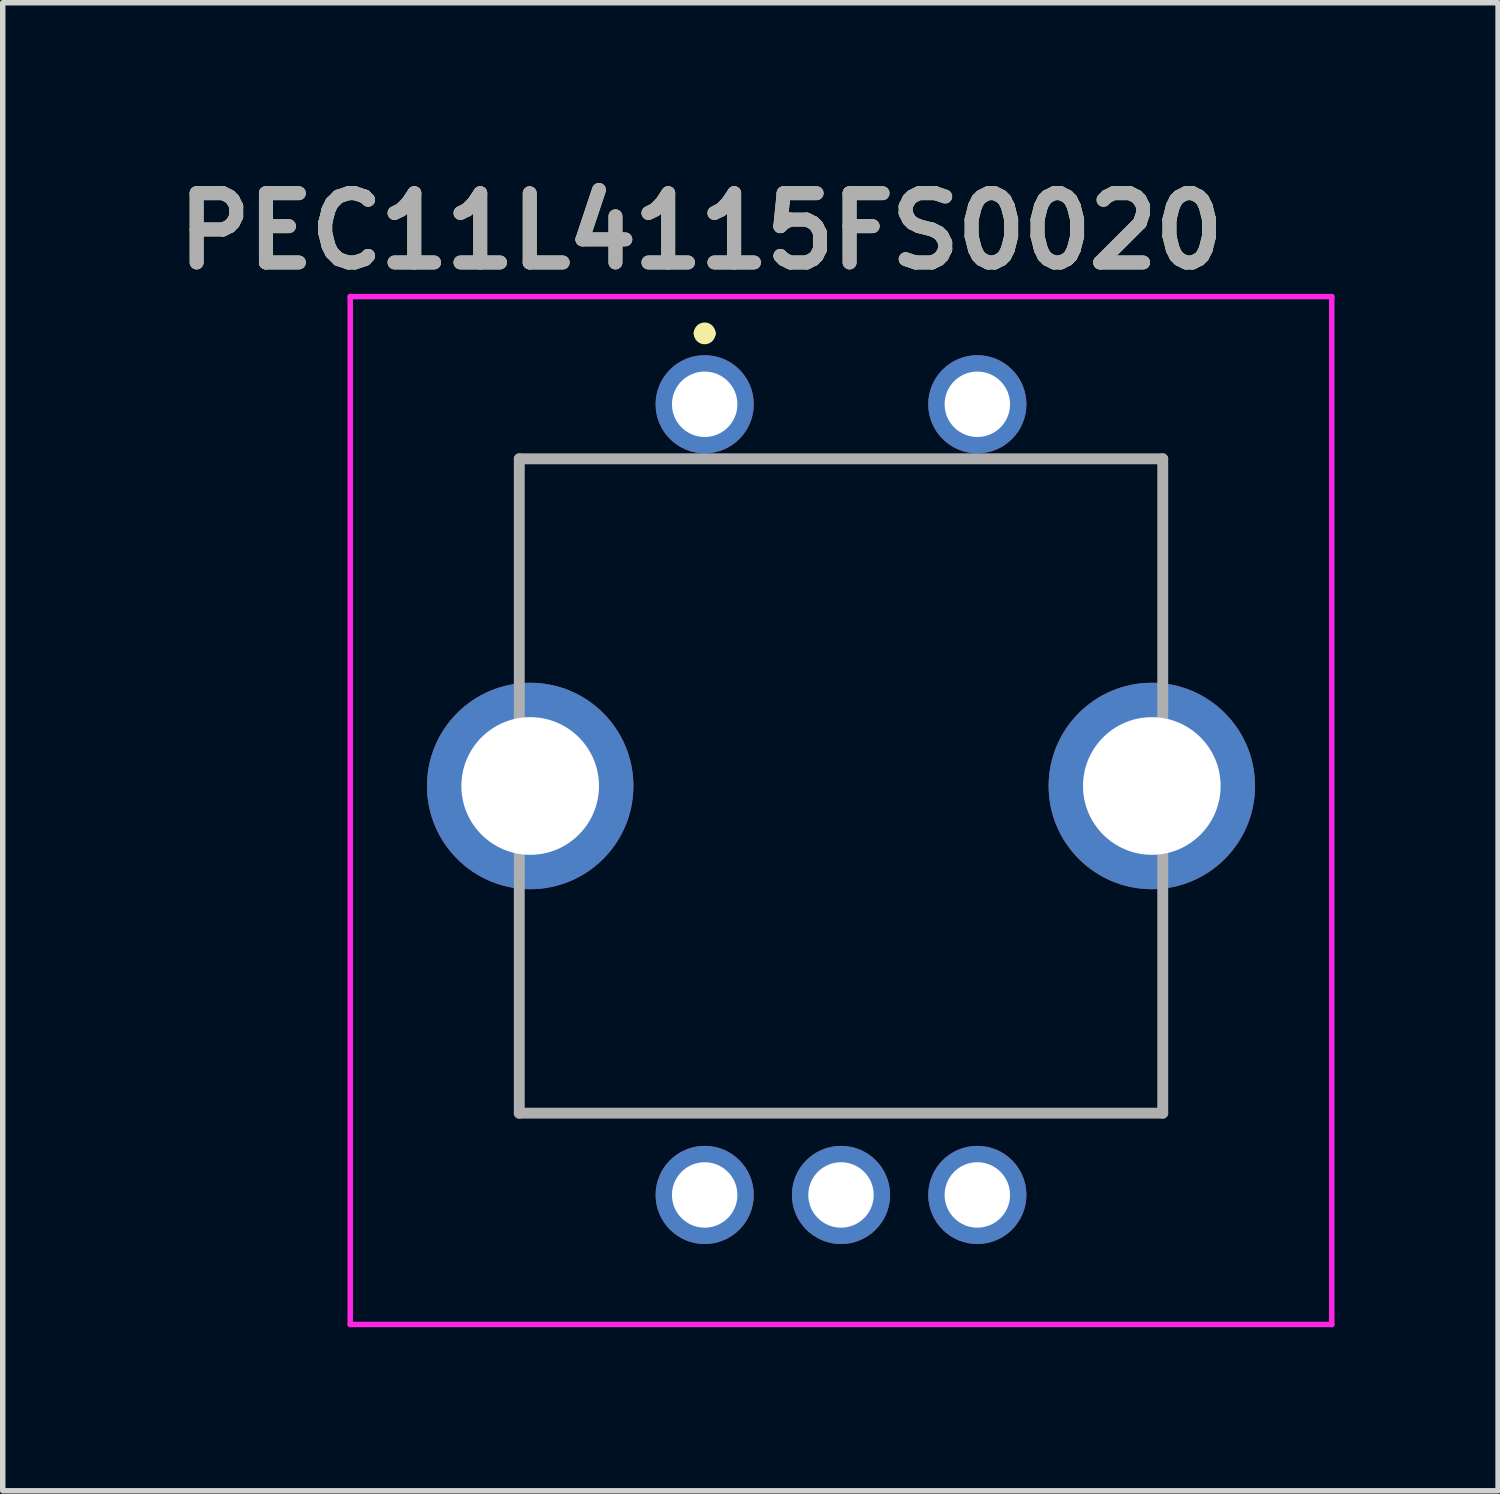
<source format=kicad_pcb>
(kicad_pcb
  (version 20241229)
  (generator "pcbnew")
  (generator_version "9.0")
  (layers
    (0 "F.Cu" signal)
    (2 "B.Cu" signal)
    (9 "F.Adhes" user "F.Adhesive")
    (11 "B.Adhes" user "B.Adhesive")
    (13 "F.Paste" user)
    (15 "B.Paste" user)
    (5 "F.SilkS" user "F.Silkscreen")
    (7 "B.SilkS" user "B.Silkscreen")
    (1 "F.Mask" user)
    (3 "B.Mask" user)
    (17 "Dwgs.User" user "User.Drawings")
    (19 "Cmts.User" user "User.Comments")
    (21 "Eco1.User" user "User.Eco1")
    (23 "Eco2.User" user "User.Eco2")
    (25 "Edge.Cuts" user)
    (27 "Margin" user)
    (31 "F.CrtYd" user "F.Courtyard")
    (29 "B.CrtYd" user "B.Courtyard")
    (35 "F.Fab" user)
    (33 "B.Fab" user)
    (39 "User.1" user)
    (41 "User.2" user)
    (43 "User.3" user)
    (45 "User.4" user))
  (footprint "PEC11L4115FS0020"
    (layer "F.Cu")
    (at 12.517 11.389)
    (property "Reference" "PEC11L4115FS0020" (at -2.708 -10.2 0) (layer "F.SilkS") (effects (font (size 1.27 1.27) (thickness 0.254))))
    (attr through_hole)
    (fp_line (start -6.044 -6.025) (end -3.544 -6.025) (stroke (width 0.1) (type solid)) (layer "F.SilkS"))
    (fp_line (start -6.044 -2.225) (end -6.044 -6.025) (stroke (width 0.1) (type solid)) (layer "F.SilkS"))
    (fp_line (start -6.044 2.175) (end -6.044 5.975) (stroke (width 0.1) (type solid)) (layer "F.SilkS"))
    (fp_line (start -6.044 5.975) (end 5.756 5.975) (stroke (width 0.1) (type solid)) (layer "F.SilkS"))
    (fp_line (start -2.744 -8.325) (end -2.744 -8.325) (stroke (width 0.2) (type solid)) (layer "F.SilkS"))
    (fp_line (start -2.544 -8.325) (end -2.544 -8.325) (stroke (width 0.2) (type solid)) (layer "F.SilkS"))
    (fp_line (start 3.256 -6.025) (end 5.756 -6.025) (stroke (width 0.1) (type solid)) (layer "F.SilkS"))
    (fp_line (start 5.756 -6.025) (end 5.756 -2.225) (stroke (width 0.1) (type solid)) (layer "F.SilkS"))
    (fp_line (start 5.756 5.975) (end 5.756 2.175) (stroke (width 0.1) (type solid)) (layer "F.SilkS"))
    (fp_arc (start -2.7444 -8.3254) (mid -2.6444 -8.4254) (end -2.5444 -8.3254) (stroke (width 0.2) (type solid)) (layer "F.SilkS"))
    (fp_arc (start -2.5444 -8.3254) (mid -2.6444 -8.2254) (end -2.7444 -8.3254) (stroke (width 0.2) (type solid)) (layer "F.SilkS"))
    (fp_line (start -9.144 -9) (end 8.856 -9) (stroke (width 0.1) (type solid)) (layer "F.CrtYd"))
    (fp_line (start -9.144 9.85) (end -9.144 -9) (stroke (width 0.1) (type solid)) (layer "F.CrtYd"))
    (fp_line (start 8.856 -9) (end 8.856 9.85) (stroke (width 0.1) (type solid)) (layer "F.CrtYd"))
    (fp_line (start 8.856 9.85) (end -9.144 9.85) (stroke (width 0.1) (type solid)) (layer "F.CrtYd"))
    (fp_line (start -6.044 -6.025) (end 5.756 -6.025) (stroke (width 0.2) (type solid)) (layer "F.Fab"))
    (fp_line (start -6.044 5.975) (end -6.044 -6.025) (stroke (width 0.2) (type solid)) (layer "F.Fab"))
    (fp_line (start 5.756 -6.025) (end 5.756 5.975) (stroke (width 0.2) (type solid)) (layer "F.Fab"))
    (fp_line (start 5.756 5.975) (end -6.044 5.975) (stroke (width 0.2) (type solid)) (layer "F.Fab"))
    (fp_text user "${REFERENCE}" (at -2.708 -10.2 0) (layer "F.Fab") (effects (font (size 1.27 1.27) (thickness 0.254))))
    (pad "1" thru_hole circle (at -2.644 -7.025) (size 1.8 1.8) (drill 1.2) (layers "*.Cu" "*.Mask"))
    (pad "2" thru_hole circle (at 2.356 -7.025) (size 1.8 1.8) (drill 1.2) (layers "*.Cu" "*.Mask"))
    (pad "A1" thru_hole circle (at -2.644 7.475) (size 1.8 1.8) (drill 1.2) (layers "*.Cu" "*.Mask"))
    (pad "B1" thru_hole circle (at 2.356 7.475) (size 1.8 1.8) (drill 1.2) (layers "*.Cu" "*.Mask"))
    (pad "C1" thru_hole circle (at -0.144 7.475) (size 1.8 1.8) (drill 1.2) (layers "*.Cu" "*.Mask"))
    (pad "MH1" thru_hole circle (at -5.844 -0.025) (size 3.786 3.786) (drill 2.524) (layers "*.Cu" "*.Mask"))
    (pad "MH2" thru_hole circle (at 5.556 -0.025) (size 3.786 3.786) (drill 2.524) (layers "*.Cu" "*.Mask")))
  (gr_rect
    (start -3 -3)
    (end 24.423 24.289)
    (stroke (width 0.1) (type default))
    (fill no)
    (layer "Edge.Cuts")))
</source>
